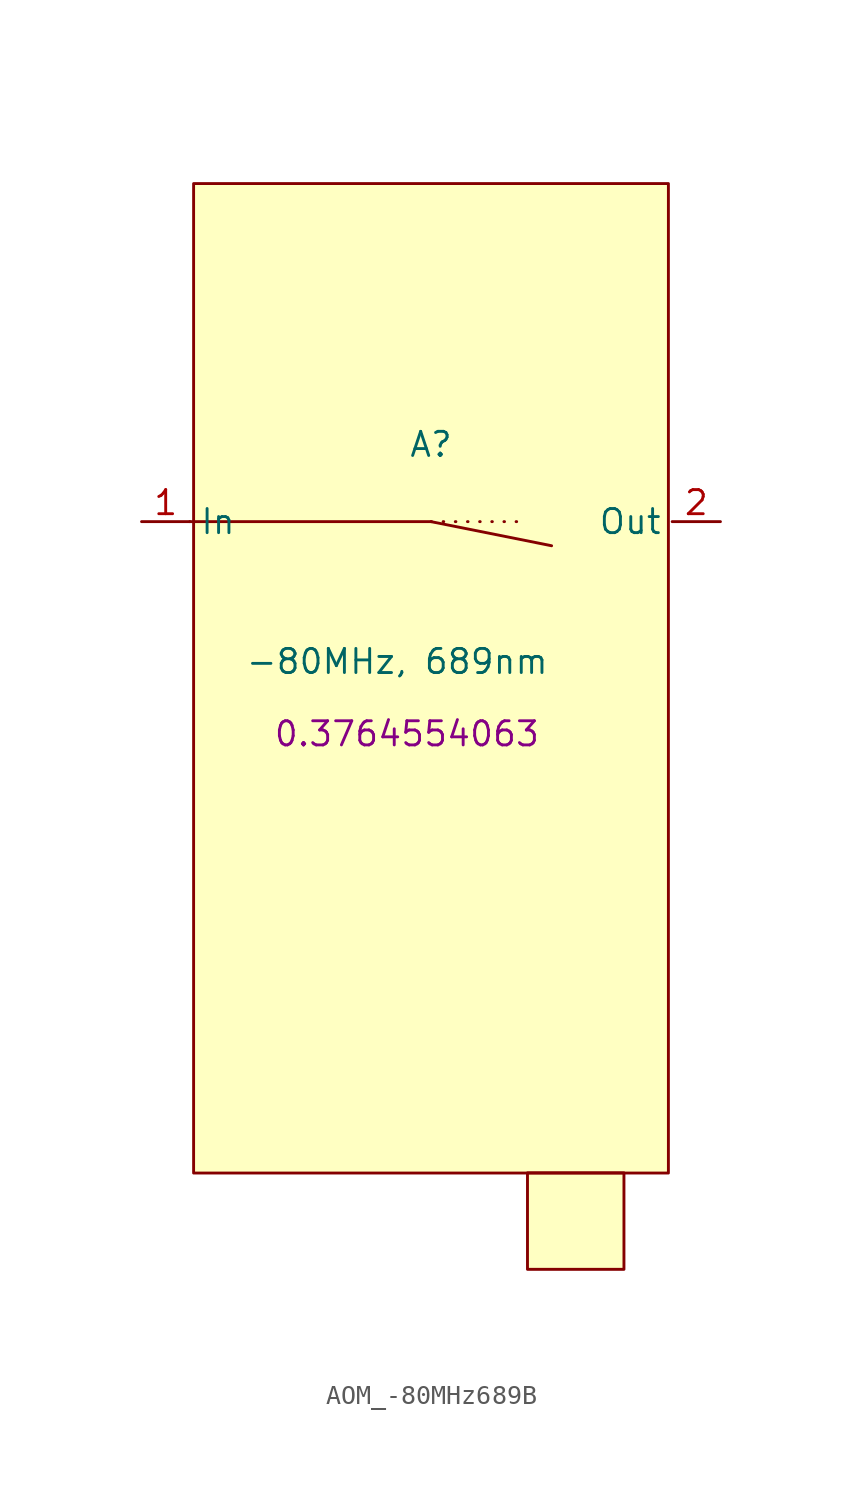
<source format=kicad_sym>
(kicad_symbol_lib
  (version 20241209)
  (generator "kicad_symbol_editor")
  (generator_version "9.0")
  (symbol "AOM_-80MHz689B"
    (property "Reference" "A"
      (at 0 4.064 0)
      (effects (font (size 1.27 1.27))))
    (property "Value" "-80MHz, 689nm"
      (at -1.778 -7.366 0)
      (effects (font (size 1.27 1.27))))
    (property "Angle" "0.3764554063"
      (at -1.27 -11.176 0)
      (effects (font (size 1.27 1.27))))
    (symbol "AOM_-80MHz689B_1_1"
      (polyline (pts (xy -12.7 0) (xy 0 0) (xy 6.35 -1.27)) (stroke (width 0) (type solid)) (fill (type none)))
      (rectangle (start -12.5 17.8) (end 12.5 -34.3) (stroke (width 0) (type default)) (fill (type background)))
      (polyline (pts (xy 0 0) (xy 5.08 0)) (stroke (width 0) (type dot)) (fill (type none)))
      (rectangle (start 5.08 -34.29) (end 10.16 -39.37) (stroke (width 0) (type default)) (fill (type background)))
      (pin passive line (at -15.24 0 0) (length 2.54) (name "In" (effects (font (size 1.27 1.27)))) (number "1" (effects (font (size 1.27 1.27)))))
      (pin passive line (at 15.24 0 180) (length 2.54) (name "Out" (effects (font (size 1.27 1.27)))) (number "2" (effects (font (size 1.27 1.27))))))))
</source>
